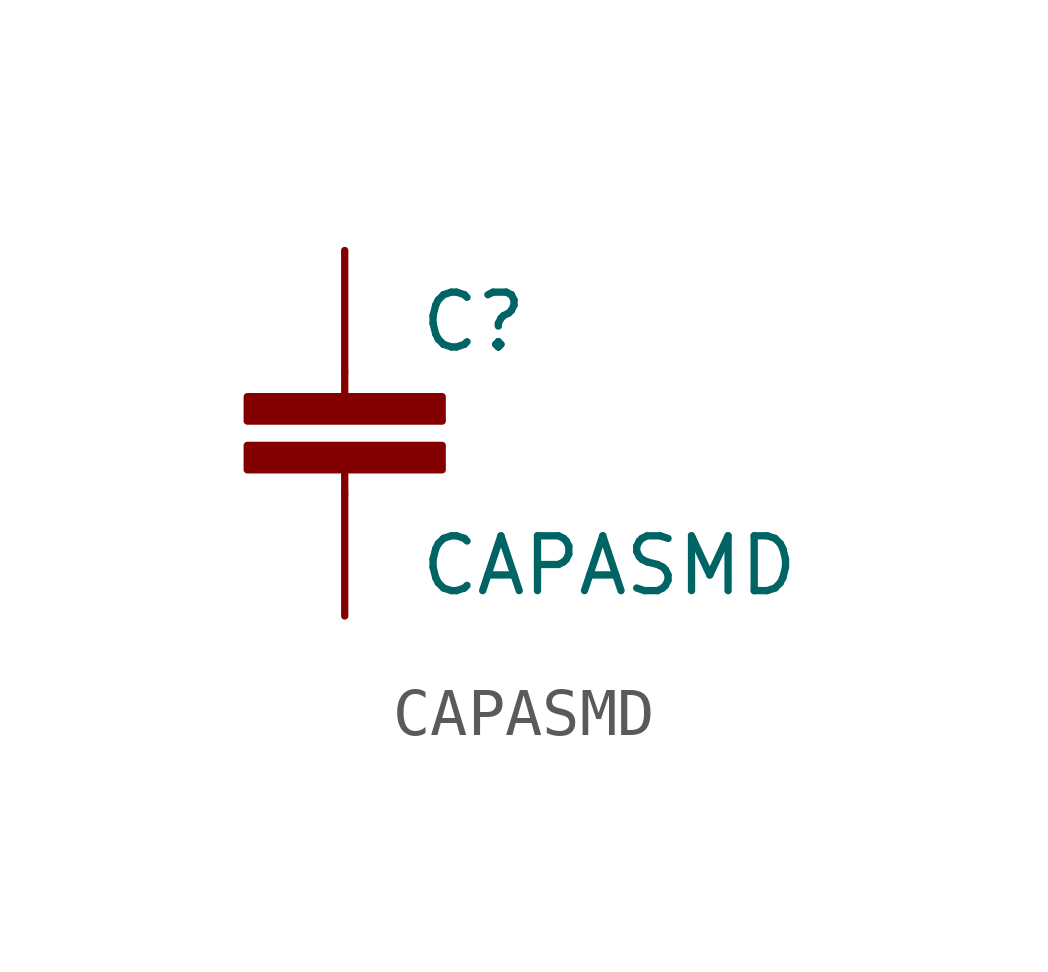
<source format=kicad_sym>
(kicad_symbol_lib
  (version 20211014)
  (generator kicad_symbol_editor)
  (symbol "CAPASMD"
    (pin_numbers hide)
    (pin_names
      (offset 1.016) hide)
    (property "Reference" "C"
      (at 1.524 2.921 0)
      (effects (font (size 1.143 1.143)) (justify left bottom)))
    (property "Value" "CAPASMD"
      (at 1.524 -2.159 0)
      (effects (font (size 1.143 1.143)) (justify left bottom)))
    (property "ki_locked" ""
      (at 0 0 0)
      (effects (font (size 1.27 1.27))))
    (symbol "CAPASMD_1_0"
      (polyline (pts (xy 0 0) (xy 0 0.508)) (stroke (width 0) (type default) (color 0 0 0 0)) (fill (type none)))
      (polyline (pts (xy 0 2.54) (xy 0 2.032)) (stroke (width 0) (type default) (color 0 0 0 0)) (fill (type none))))
    (symbol "CAPASMD_1_1"
      (rectangle (start -2.032 0.508) (end 2.032 1.016) (stroke (width 0) (type default) (color 0 0 0 0)) (fill (type outline)))
      (rectangle (start -2.032 1.524) (end 2.032 2.032) (stroke (width 0) (type default) (color 0 0 0 0)) (fill (type outline)))
      (pin passive line (at 0 5.08 270) (length 2.54) (name "1" (effects (font (size 1.016 1.016)))) (number "+" (effects (font (size 1.016 1.016)))))
      (pin passive line (at 0 -2.54 90) (length 2.54) (name "2" (effects (font (size 1.016 1.016)))) (number "-" (effects (font (size 1.016 1.016))))))))
</source>
